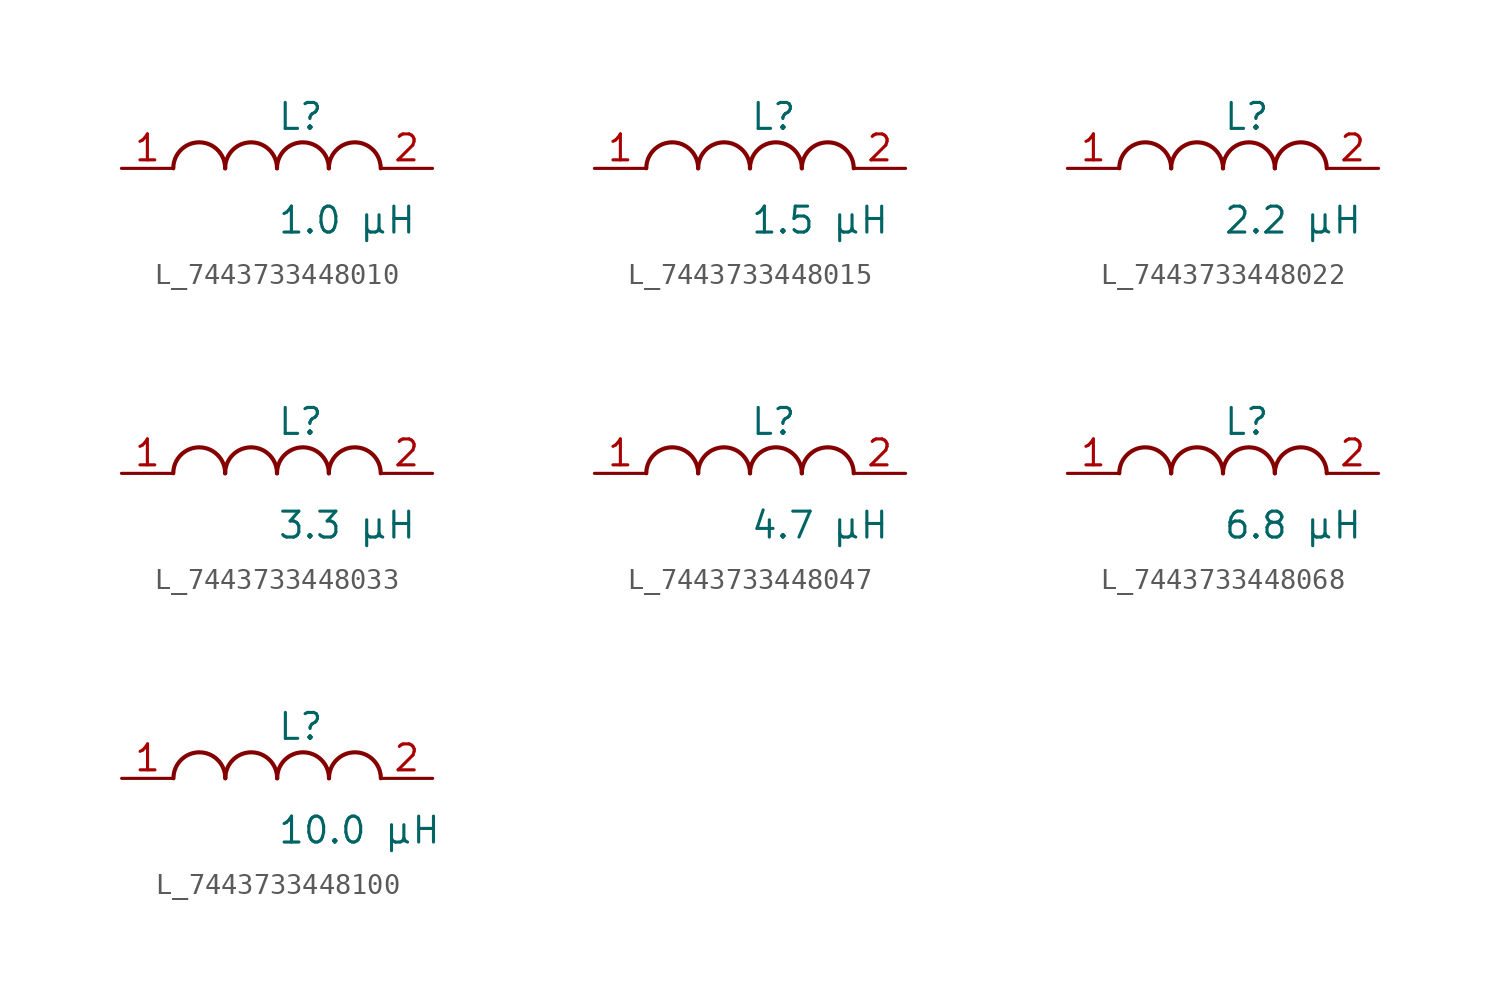
<source format=kicad_sym>
(kicad_symbol_lib
  (version 20231120)
  (generator kicad_symbol_editor)
  (generator_version 8.0)
  (symbol "L_7443733448010"
    (pin_names
      (offset 0.254))
    (property "Reference" "L"
      (at 0 2.54 0)
      (effects (font (size 1.27 1.27)) (justify left)))
    (property "Value" "1.0 µH"
      (at 0 -2.54 0)
      (effects (font (size 1.27 1.27)) (justify left)))
    (symbol "L_7443733448010_1_1"
      (arc (start -2.54 0.0056) (mid -3.81 1.27) (end -5.08 0.0056) (stroke (width 0.2032) (type default)) (fill (type none)))
      (arc (start 0 0.0056) (mid -1.27 1.27) (end -2.54 0.0056) (stroke (width 0.2032) (type default)) (fill (type none)))
      (arc (start 2.54 0.0056) (mid 1.27 1.27) (end 0 0.0056) (stroke (width 0.2032) (type default)) (fill (type none)))
      (arc (start 5.08 0.0056) (mid 3.81 1.27) (end 2.54 0.0056) (stroke (width 0.2032) (type default)) (fill (type none)))
      (pin unspecified line (at -7.62 0 0) (length 2.54) (name "" (effects (font (size 1.27 1.27)))) (number "1" (effects (font (size 1.27 1.27)))))
      (pin unspecified line (at 7.62 0 180) (length 2.54) (name "" (effects (font (size 1.27 1.27)))) (number "2" (effects (font (size 1.27 1.27)))))))
  (symbol "L_7443733448015"
    (pin_names
      (offset 0.254))
    (property "Reference" "L"
      (at 0 2.54 0)
      (effects (font (size 1.27 1.27)) (justify left)))
    (property "Value" "1.5 µH"
      (at 0 -2.54 0)
      (effects (font (size 1.27 1.27)) (justify left)))
    (symbol "L_7443733448015_1_1"
      (arc (start -2.54 0.0056) (mid -3.81 1.27) (end -5.08 0.0056) (stroke (width 0.2032) (type default)) (fill (type none)))
      (arc (start 0 0.0056) (mid -1.27 1.27) (end -2.54 0.0056) (stroke (width 0.2032) (type default)) (fill (type none)))
      (arc (start 2.54 0.0056) (mid 1.27 1.27) (end 0 0.0056) (stroke (width 0.2032) (type default)) (fill (type none)))
      (arc (start 5.08 0.0056) (mid 3.81 1.27) (end 2.54 0.0056) (stroke (width 0.2032) (type default)) (fill (type none)))
      (pin unspecified line (at -7.62 0 0) (length 2.54) (name "" (effects (font (size 1.27 1.27)))) (number "1" (effects (font (size 1.27 1.27)))))
      (pin unspecified line (at 7.62 0 180) (length 2.54) (name "" (effects (font (size 1.27 1.27)))) (number "2" (effects (font (size 1.27 1.27)))))))
  (symbol "L_7443733448022"
    (pin_names
      (offset 0.254))
    (property "Reference" "L"
      (at 0 2.54 0)
      (effects (font (size 1.27 1.27)) (justify left)))
    (property "Value" "2.2 µH"
      (at 0 -2.54 0)
      (effects (font (size 1.27 1.27)) (justify left)))
    (symbol "L_7443733448022_1_1"
      (arc (start -2.54 0.0056) (mid -3.81 1.27) (end -5.08 0.0056) (stroke (width 0.2032) (type default)) (fill (type none)))
      (arc (start 0 0.0056) (mid -1.27 1.27) (end -2.54 0.0056) (stroke (width 0.2032) (type default)) (fill (type none)))
      (arc (start 2.54 0.0056) (mid 1.27 1.27) (end 0 0.0056) (stroke (width 0.2032) (type default)) (fill (type none)))
      (arc (start 5.08 0.0056) (mid 3.81 1.27) (end 2.54 0.0056) (stroke (width 0.2032) (type default)) (fill (type none)))
      (pin unspecified line (at -7.62 0 0) (length 2.54) (name "" (effects (font (size 1.27 1.27)))) (number "1" (effects (font (size 1.27 1.27)))))
      (pin unspecified line (at 7.62 0 180) (length 2.54) (name "" (effects (font (size 1.27 1.27)))) (number "2" (effects (font (size 1.27 1.27)))))))
  (symbol "L_7443733448033"
    (pin_names
      (offset 0.254))
    (property "Reference" "L"
      (at 0 2.54 0)
      (effects (font (size 1.27 1.27)) (justify left)))
    (property "Value" "3.3 µH"
      (at 0 -2.54 0)
      (effects (font (size 1.27 1.27)) (justify left)))
    (symbol "L_7443733448033_1_1"
      (arc (start -2.54 0.0056) (mid -3.81 1.27) (end -5.08 0.0056) (stroke (width 0.2032) (type default)) (fill (type none)))
      (arc (start 0 0.0056) (mid -1.27 1.27) (end -2.54 0.0056) (stroke (width 0.2032) (type default)) (fill (type none)))
      (arc (start 2.54 0.0056) (mid 1.27 1.27) (end 0 0.0056) (stroke (width 0.2032) (type default)) (fill (type none)))
      (arc (start 5.08 0.0056) (mid 3.81 1.27) (end 2.54 0.0056) (stroke (width 0.2032) (type default)) (fill (type none)))
      (pin unspecified line (at -7.62 0 0) (length 2.54) (name "" (effects (font (size 1.27 1.27)))) (number "1" (effects (font (size 1.27 1.27)))))
      (pin unspecified line (at 7.62 0 180) (length 2.54) (name "" (effects (font (size 1.27 1.27)))) (number "2" (effects (font (size 1.27 1.27)))))))
  (symbol "L_7443733448047"
    (pin_names
      (offset 0.254))
    (property "Reference" "L"
      (at 0 2.54 0)
      (effects (font (size 1.27 1.27)) (justify left)))
    (property "Value" "4.7 µH"
      (at 0 -2.54 0)
      (effects (font (size 1.27 1.27)) (justify left)))
    (symbol "L_7443733448047_1_1"
      (arc (start -2.54 0.0056) (mid -3.81 1.27) (end -5.08 0.0056) (stroke (width 0.2032) (type default)) (fill (type none)))
      (arc (start 0 0.0056) (mid -1.27 1.27) (end -2.54 0.0056) (stroke (width 0.2032) (type default)) (fill (type none)))
      (arc (start 2.54 0.0056) (mid 1.27 1.27) (end 0 0.0056) (stroke (width 0.2032) (type default)) (fill (type none)))
      (arc (start 5.08 0.0056) (mid 3.81 1.27) (end 2.54 0.0056) (stroke (width 0.2032) (type default)) (fill (type none)))
      (pin unspecified line (at -7.62 0 0) (length 2.54) (name "" (effects (font (size 1.27 1.27)))) (number "1" (effects (font (size 1.27 1.27)))))
      (pin unspecified line (at 7.62 0 180) (length 2.54) (name "" (effects (font (size 1.27 1.27)))) (number "2" (effects (font (size 1.27 1.27)))))))
  (symbol "L_7443733448068"
    (pin_names
      (offset 0.254))
    (property "Reference" "L"
      (at 0 2.54 0)
      (effects (font (size 1.27 1.27)) (justify left)))
    (property "Value" "6.8 µH"
      (at 0 -2.54 0)
      (effects (font (size 1.27 1.27)) (justify left)))
    (symbol "L_7443733448068_1_1"
      (arc (start -2.54 0.0056) (mid -3.81 1.27) (end -5.08 0.0056) (stroke (width 0.2032) (type default)) (fill (type none)))
      (arc (start 0 0.0056) (mid -1.27 1.27) (end -2.54 0.0056) (stroke (width 0.2032) (type default)) (fill (type none)))
      (arc (start 2.54 0.0056) (mid 1.27 1.27) (end 0 0.0056) (stroke (width 0.2032) (type default)) (fill (type none)))
      (arc (start 5.08 0.0056) (mid 3.81 1.27) (end 2.54 0.0056) (stroke (width 0.2032) (type default)) (fill (type none)))
      (pin unspecified line (at -7.62 0 0) (length 2.54) (name "" (effects (font (size 1.27 1.27)))) (number "1" (effects (font (size 1.27 1.27)))))
      (pin unspecified line (at 7.62 0 180) (length 2.54) (name "" (effects (font (size 1.27 1.27)))) (number "2" (effects (font (size 1.27 1.27)))))))
  (symbol "L_7443733448100"
    (pin_names
      (offset 0.254))
    (property "Reference" "L"
      (at 0 2.54 0)
      (effects (font (size 1.27 1.27)) (justify left)))
    (property "Value" "10.0 µH"
      (at 0 -2.54 0)
      (effects (font (size 1.27 1.27)) (justify left)))
    (symbol "L_7443733448100_1_1"
      (arc (start -2.54 0.0056) (mid -3.81 1.27) (end -5.08 0.0056) (stroke (width 0.2032) (type default)) (fill (type none)))
      (arc (start 0 0.0056) (mid -1.27 1.27) (end -2.54 0.0056) (stroke (width 0.2032) (type default)) (fill (type none)))
      (arc (start 2.54 0.0056) (mid 1.27 1.27) (end 0 0.0056) (stroke (width 0.2032) (type default)) (fill (type none)))
      (arc (start 5.08 0.0056) (mid 3.81 1.27) (end 2.54 0.0056) (stroke (width 0.2032) (type default)) (fill (type none)))
      (pin unspecified line (at -7.62 0 0) (length 2.54) (name "" (effects (font (size 1.27 1.27)))) (number "1" (effects (font (size 1.27 1.27)))))
      (pin unspecified line (at 7.62 0 180) (length 2.54) (name "" (effects (font (size 1.27 1.27)))) (number "2" (effects (font (size 1.27 1.27))))))))
</source>
